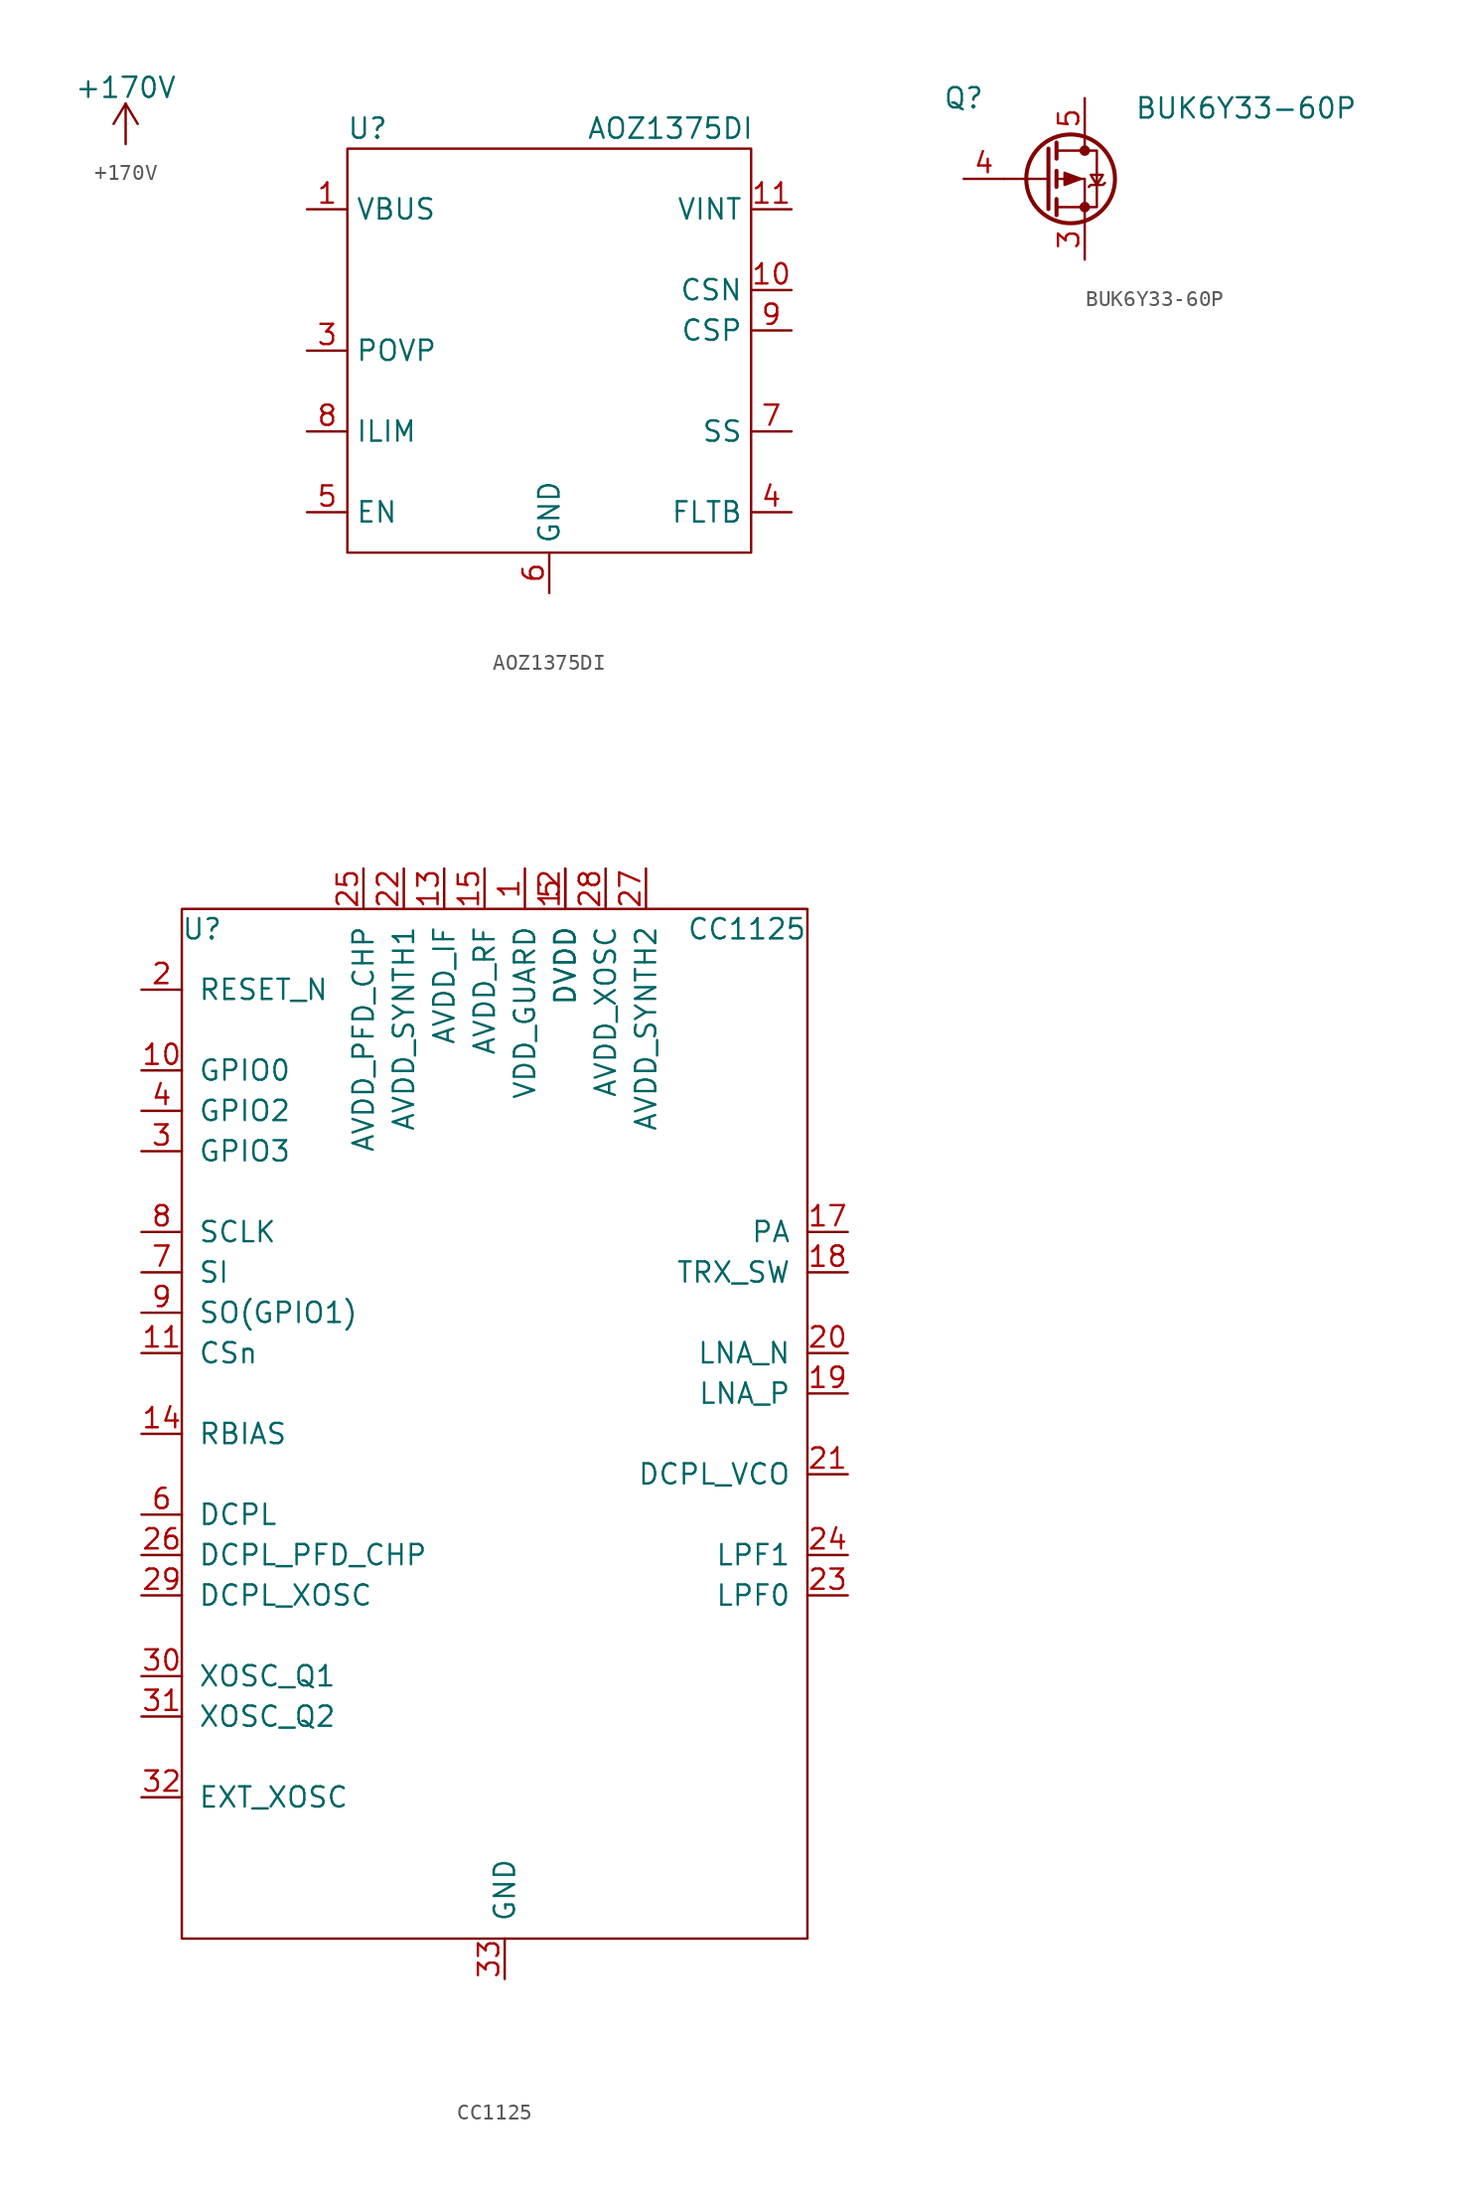
<source format=kicad_sym>
(kicad_symbol_lib
  (version 20211014)
  (generator kicad_symbol_editor)
  (symbol "+170V"
    (power)
    (pin_names
      (offset 0))
    (property "Reference" "#PWR"
      (at 0 -3.81 0)
      (effects (font (size 1.27 1.27)) hide))
    (property "Value" "+170V"
      (at 0 3.556 0)
      (effects (font (size 1.27 1.27))))
    (symbol "+170V_0_1"
      (polyline (pts (xy -0.762 1.27) (xy 0 2.54)) (stroke (width 0) (type default) (color 0 0 0 0)) (fill (type none)))
      (polyline (pts (xy 0 0) (xy 0 2.54)) (stroke (width 0) (type default) (color 0 0 0 0)) (fill (type none)))
      (polyline (pts (xy 0 2.54) (xy 0.762 1.27)) (stroke (width 0) (type default) (color 0 0 0 0)) (fill (type none))))
    (symbol "+170V_1_1"
      (pin power_in line (at 0 0 90) (length 0) hide (name "+170V" (effects (font (size 1.27 1.27)))) (number "1" (effects (font (size 1.27 1.27)))))))
  (symbol "AOZ1375DI"
    (property "Reference" "U"
      (at -11.43 13.97 0)
      (effects (font (size 1.27 1.27))))
    (property "Value" "AOZ1375DI"
      (at 7.62 13.97 0)
      (effects (font (size 1.27 1.27))))
    (symbol "AOZ1375DI_0_1"
      (rectangle (start -12.7 -12.7) (end 12.7 12.7) (stroke (width 0.152) (type default) (color 0 0 0 0)) (fill (type none))))
    (symbol "AOZ1375DI_1_1"
      (pin input line (at -15.24 8.89 0) (length 2.54) (name "VBUS" (effects (font (size 1.27 1.27)))) (number "1" (effects (font (size 1.27 1.27)))))
      (pin passive line (at 15.24 3.81 180) (length 2.54) (name "CSN" (effects (font (size 1.27 1.27)))) (number "10" (effects (font (size 1.27 1.27)))))
      (pin passive line (at 15.24 8.89 180) (length 2.54) (name "VINT" (effects (font (size 1.27 1.27)))) (number "11" (effects (font (size 1.27 1.27)))))
      (pin passive line (at 0 -15.24 90) (length 2.54) hide (name "GND" (effects (font (size 1.27 1.27)))) (number "13" (effects (font (size 1.27 1.27)))))
      (pin passive line (at -15.24 0 0) (length 2.54) (name "POVP" (effects (font (size 1.27 1.27)))) (number "3" (effects (font (size 1.27 1.27)))))
      (pin passive line (at 15.24 -10.16 180) (length 2.54) (name "FLTB" (effects (font (size 1.27 1.27)))) (number "4" (effects (font (size 1.27 1.27)))))
      (pin passive line (at -15.24 -10.16 0) (length 2.54) (name "EN" (effects (font (size 1.27 1.27)))) (number "5" (effects (font (size 1.27 1.27)))))
      (pin passive line (at 0 -15.24 90) (length 2.54) (name "GND" (effects (font (size 1.27 1.27)))) (number "6" (effects (font (size 1.27 1.27)))))
      (pin passive line (at 15.24 -5.08 180) (length 2.54) (name "SS" (effects (font (size 1.27 1.27)))) (number "7" (effects (font (size 1.27 1.27)))))
      (pin passive line (at -15.24 -5.08 0) (length 2.54) (name "ILIM" (effects (font (size 1.27 1.27)))) (number "8" (effects (font (size 1.27 1.27)))))
      (pin passive line (at 15.24 1.27 180) (length 2.54) (name "CSP" (effects (font (size 1.27 1.27)))) (number "9" (effects (font (size 1.27 1.27)))))))
  (symbol "BUK6Y33-60P"
    (pin_names hide)
    (property "Reference" "Q"
      (at -7.62 5.08 0)
      (effects (font (size 1.27 1.27))))
    (property "Value" "BUK6Y33-60P"
      (at 10.16 4.445 0)
      (effects (font (size 1.27 1.27))))
    (symbol "BUK6Y33-60P_0_1"
      (circle (center -0.889 0) (radius 2.794) (stroke (width 0.254) (type default) (color 0 0 0 0)) (fill (type none)))
      (circle (center 0 -1.778) (radius 0.254) (stroke (width 0) (type default) (color 0 0 0 0)) (fill (type outline)))
      (polyline (pts (xy -2.286 0) (xy -5.08 0)) (stroke (width 0) (type default) (color 0 0 0 0)) (fill (type none)))
      (polyline (pts (xy -2.286 1.905) (xy -2.286 -1.905)) (stroke (width 0.254) (type default) (color 0 0 0 0)) (fill (type none)))
      (polyline (pts (xy -1.778 -1.27) (xy -1.778 -2.286)) (stroke (width 0.254) (type default) (color 0 0 0 0)) (fill (type none)))
      (polyline (pts (xy -1.778 0.508) (xy -1.778 -0.508)) (stroke (width 0.254) (type default) (color 0 0 0 0)) (fill (type none)))
      (polyline (pts (xy -1.778 2.286) (xy -1.778 1.27)) (stroke (width 0.254) (type default) (color 0 0 0 0)) (fill (type none)))
      (polyline (pts (xy 0 2.54) (xy 0 1.778)) (stroke (width 0) (type default) (color 0 0 0 0)) (fill (type none)))
      (polyline (pts (xy 0 -2.54) (xy 0 0) (xy -1.778 0)) (stroke (width 0) (type default) (color 0 0 0 0)) (fill (type none)))
      (polyline (pts (xy -1.778 1.778) (xy 0.762 1.778) (xy 0.762 -1.778) (xy -1.778 -1.778)) (stroke (width 0) (type default) (color 0 0 0 0)) (fill (type none)))
      (polyline (pts (xy -0.254 0) (xy -1.27 0.381) (xy -1.27 -0.381) (xy -0.254 0)) (stroke (width 0) (type default) (color 0 0 0 0)) (fill (type outline)))
      (polyline (pts (xy 0.254 -0.508) (xy 0.381 -0.381) (xy 1.143 -0.381) (xy 1.27 -0.254)) (stroke (width 0) (type default) (color 0 0 0 0)) (fill (type none)))
      (polyline (pts (xy 0.762 -0.381) (xy 0.381 0.254) (xy 1.143 0.254) (xy 0.762 -0.381)) (stroke (width 0) (type default) (color 0 0 0 0)) (fill (type none)))
      (circle (center 0 1.778) (radius 0.254) (stroke (width 0) (type default) (color 0 0 0 0)) (fill (type outline))))
    (symbol "BUK6Y33-60P_1_1"
      (pin passive line (at 0 -5.08 90) (length 2.54) hide (name "S" (effects (font (size 1.27 1.27)))) (number "1" (effects (font (size 1.27 1.27)))))
      (pin passive line (at 0 -5.08 90) (length 2.54) hide (name "S" (effects (font (size 1.27 1.27)))) (number "2" (effects (font (size 1.27 1.27)))))
      (pin passive line (at 0 -5.08 90) (length 2.54) (name "S" (effects (font (size 1.27 1.27)))) (number "3" (effects (font (size 1.27 1.27)))))
      (pin input line (at -7.62 0 0) (length 2.54) (name "G" (effects (font (size 1.27 1.27)))) (number "4" (effects (font (size 1.27 1.27)))))
      (pin passive line (at 0 5.08 270) (length 2.54) (name "D" (effects (font (size 1.27 1.27)))) (number "5" (effects (font (size 1.27 1.27)))))))
  (symbol "CC1125"
    (pin_names
      (offset 1.016))
    (property "Reference" "U"
      (at -19.05 31.75 0)
      (effects (font (size 1.27 1.27))))
    (property "Value" "CC1125"
      (at 15.24 31.75 0)
      (effects (font (size 1.27 1.27))))
    (symbol "CC1125_0_1"
      (rectangle (start -20.32 33.02) (end 19.05 -31.75) (stroke (width 0) (type default) (color 0 0 0 0)) (fill (type none))))
    (symbol "CC1125_1_1"
      (pin bidirectional line (at 1.27 35.56 270) (length 2.54) (name "VDD_GUARD" (effects (font (size 1.27 1.27)))) (number "1" (effects (font (size 1.27 1.27)))))
      (pin bidirectional line (at -22.86 22.86 0) (length 2.54) (name "GPIO0" (effects (font (size 1.27 1.27)))) (number "10" (effects (font (size 1.27 1.27)))))
      (pin bidirectional line (at -22.86 5.08 0) (length 2.54) (name "CSn" (effects (font (size 1.27 1.27)))) (number "11" (effects (font (size 1.27 1.27)))))
      (pin bidirectional line (at 3.81 35.56 270) (length 2.54) (name "DVDD" (effects (font (size 1.27 1.27)))) (number "12" (effects (font (size 1.27 1.27)))))
      (pin bidirectional line (at -3.81 35.56 270) (length 2.54) (name "AVDD_IF" (effects (font (size 1.27 1.27)))) (number "13" (effects (font (size 1.27 1.27)))))
      (pin bidirectional line (at -22.86 0 0) (length 2.54) (name "RBIAS" (effects (font (size 1.27 1.27)))) (number "14" (effects (font (size 1.27 1.27)))))
      (pin bidirectional line (at -1.27 35.56 270) (length 2.54) (name "AVDD_RF" (effects (font (size 1.27 1.27)))) (number "15" (effects (font (size 1.27 1.27)))))
      (pin no_connect line (at -22.86 -30.48 0) (length 2.54) hide (name "N.C." (effects (font (size 1.27 1.27)))) (number "16" (effects (font (size 1.27 1.27)))))
      (pin bidirectional line (at 21.59 12.7 180) (length 2.54) (name "PA" (effects (font (size 1.27 1.27)))) (number "17" (effects (font (size 1.27 1.27)))))
      (pin bidirectional line (at 21.59 10.16 180) (length 2.54) (name "TRX_SW" (effects (font (size 1.27 1.27)))) (number "18" (effects (font (size 1.27 1.27)))))
      (pin bidirectional line (at 21.59 2.54 180) (length 2.54) (name "LNA_P" (effects (font (size 1.27 1.27)))) (number "19" (effects (font (size 1.27 1.27)))))
      (pin bidirectional line (at -22.86 27.94 0) (length 2.54) (name "RESET_N" (effects (font (size 1.27 1.27)))) (number "2" (effects (font (size 1.27 1.27)))))
      (pin bidirectional line (at 21.59 5.08 180) (length 2.54) (name "LNA_N" (effects (font (size 1.27 1.27)))) (number "20" (effects (font (size 1.27 1.27)))))
      (pin bidirectional line (at 21.59 -2.54 180) (length 2.54) (name "DCPL_VCO" (effects (font (size 1.27 1.27)))) (number "21" (effects (font (size 1.27 1.27)))))
      (pin bidirectional line (at -6.35 35.56 270) (length 2.54) (name "AVDD_SYNTH1" (effects (font (size 1.27 1.27)))) (number "22" (effects (font (size 1.27 1.27)))))
      (pin bidirectional line (at 21.59 -10.16 180) (length 2.54) (name "LPF0" (effects (font (size 1.27 1.27)))) (number "23" (effects (font (size 1.27 1.27)))))
      (pin bidirectional line (at 21.59 -7.62 180) (length 2.54) (name "LPF1" (effects (font (size 1.27 1.27)))) (number "24" (effects (font (size 1.27 1.27)))))
      (pin bidirectional line (at -8.89 35.56 270) (length 2.54) (name "AVDD_PFD_CHP" (effects (font (size 1.27 1.27)))) (number "25" (effects (font (size 1.27 1.27)))))
      (pin bidirectional line (at -22.86 -7.62 0) (length 2.54) (name "DCPL_PFD_CHP" (effects (font (size 1.27 1.27)))) (number "26" (effects (font (size 1.27 1.27)))))
      (pin bidirectional line (at 8.89 35.56 270) (length 2.54) (name "AVDD_SYNTH2" (effects (font (size 1.27 1.27)))) (number "27" (effects (font (size 1.27 1.27)))))
      (pin bidirectional line (at 6.35 35.56 270) (length 2.54) (name "AVDD_XOSC" (effects (font (size 1.27 1.27)))) (number "28" (effects (font (size 1.27 1.27)))))
      (pin bidirectional line (at -22.86 -10.16 0) (length 2.54) (name "DCPL_XOSC" (effects (font (size 1.27 1.27)))) (number "29" (effects (font (size 1.27 1.27)))))
      (pin bidirectional line (at -22.86 17.78 0) (length 2.54) (name "GPIO3" (effects (font (size 1.27 1.27)))) (number "3" (effects (font (size 1.27 1.27)))))
      (pin bidirectional line (at -22.86 -15.24 0) (length 2.54) (name "XOSC_Q1" (effects (font (size 1.27 1.27)))) (number "30" (effects (font (size 1.27 1.27)))))
      (pin bidirectional line (at -22.86 -17.78 0) (length 2.54) (name "XOSC_Q2" (effects (font (size 1.27 1.27)))) (number "31" (effects (font (size 1.27 1.27)))))
      (pin bidirectional line (at -22.86 -22.86 0) (length 2.54) (name "EXT_XOSC" (effects (font (size 1.27 1.27)))) (number "32" (effects (font (size 1.27 1.27)))))
      (pin bidirectional line (at 0 -34.29 90) (length 2.54) (name "GND" (effects (font (size 1.27 1.27)))) (number "33" (effects (font (size 1.27 1.27)))))
      (pin bidirectional line (at -22.86 20.32 0) (length 2.54) (name "GPIO2" (effects (font (size 1.27 1.27)))) (number "4" (effects (font (size 1.27 1.27)))))
      (pin bidirectional line (at 3.81 35.56 270) (length 2.54) (name "DVDD" (effects (font (size 1.27 1.27)))) (number "5" (effects (font (size 1.27 1.27)))))
      (pin bidirectional line (at -22.86 -5.08 0) (length 2.54) (name "DCPL" (effects (font (size 1.27 1.27)))) (number "6" (effects (font (size 1.27 1.27)))))
      (pin bidirectional line (at -22.86 10.16 0) (length 2.54) (name "SI" (effects (font (size 1.27 1.27)))) (number "7" (effects (font (size 1.27 1.27)))))
      (pin bidirectional line (at -22.86 12.7 0) (length 2.54) (name "SCLK" (effects (font (size 1.27 1.27)))) (number "8" (effects (font (size 1.27 1.27)))))
      (pin bidirectional line (at -22.86 7.62 0) (length 2.54) (name "SO(GPIO1)" (effects (font (size 1.27 1.27)))) (number "9" (effects (font (size 1.27 1.27))))))))
</source>
